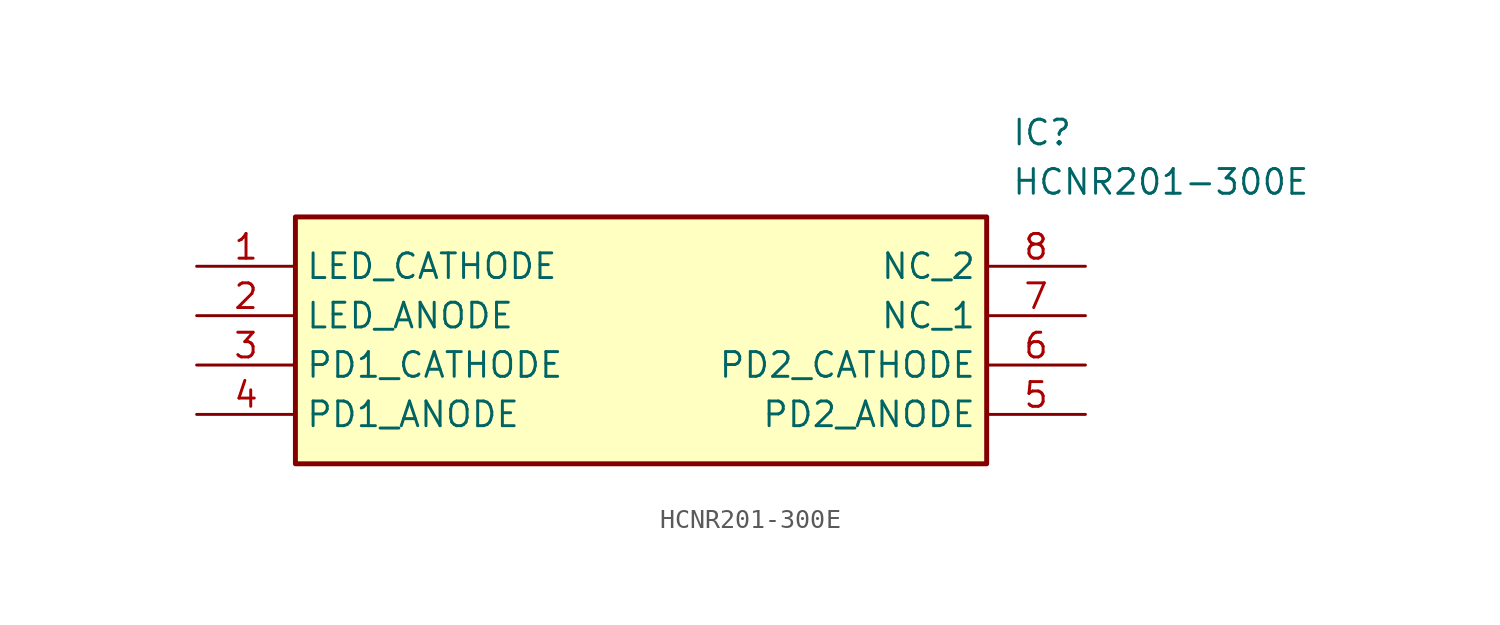
<source format=kicad_sym>
(kicad_symbol_lib
  (version 20211014)
  (generator SamacSys_ECAD_Model)
  (symbol "HCNR201-300E"
    (property "Reference" "IC"
      (at 41.91 7.62 0)
      (effects (font (size 1.27 1.27)) (justify left top)))
    (property "Value" "HCNR201-300E"
      (at 41.91 5.08 0)
      (effects (font (size 1.27 1.27)) (justify left top)))
    (rectangle
      (start 5.08 2.54)
      (end 40.64 -10.16)
      (stroke (width 0.254) (type default))
      (fill (type background)))
    (pin passive line
      (at 0 0 0)
      (length 5.08)
      (name "LED_CATHODE" (effects (font (size 1.27 1.27))))
      (number "1" (effects (font (size 1.27 1.27)))))
    (pin passive line
      (at 0 -2.54 0)
      (length 5.08)
      (name "LED_ANODE" (effects (font (size 1.27 1.27))))
      (number "2" (effects (font (size 1.27 1.27)))))
    (pin passive line
      (at 0 -5.08 0)
      (length 5.08)
      (name "PD1_CATHODE" (effects (font (size 1.27 1.27))))
      (number "3" (effects (font (size 1.27 1.27)))))
    (pin passive line
      (at 0 -7.62 0)
      (length 5.08)
      (name "PD1_ANODE" (effects (font (size 1.27 1.27))))
      (number "4" (effects (font (size 1.27 1.27)))))
    (pin passive line
      (at 45.72 -7.62 180)
      (length 5.08)
      (name "PD2_ANODE" (effects (font (size 1.27 1.27))))
      (number "5" (effects (font (size 1.27 1.27)))))
    (pin passive line
      (at 45.72 -5.08 180)
      (length 5.08)
      (name "PD2_CATHODE" (effects (font (size 1.27 1.27))))
      (number "6" (effects (font (size 1.27 1.27)))))
    (pin passive line
      (at 45.72 -2.54 180)
      (length 5.08)
      (name "NC_1" (effects (font (size 1.27 1.27))))
      (number "7" (effects (font (size 1.27 1.27)))))
    (pin passive line
      (at 45.72 0 180)
      (length 5.08)
      (name "NC_2" (effects (font (size 1.27 1.27))))
      (number "8" (effects (font (size 1.27 1.27)))))))
</source>
